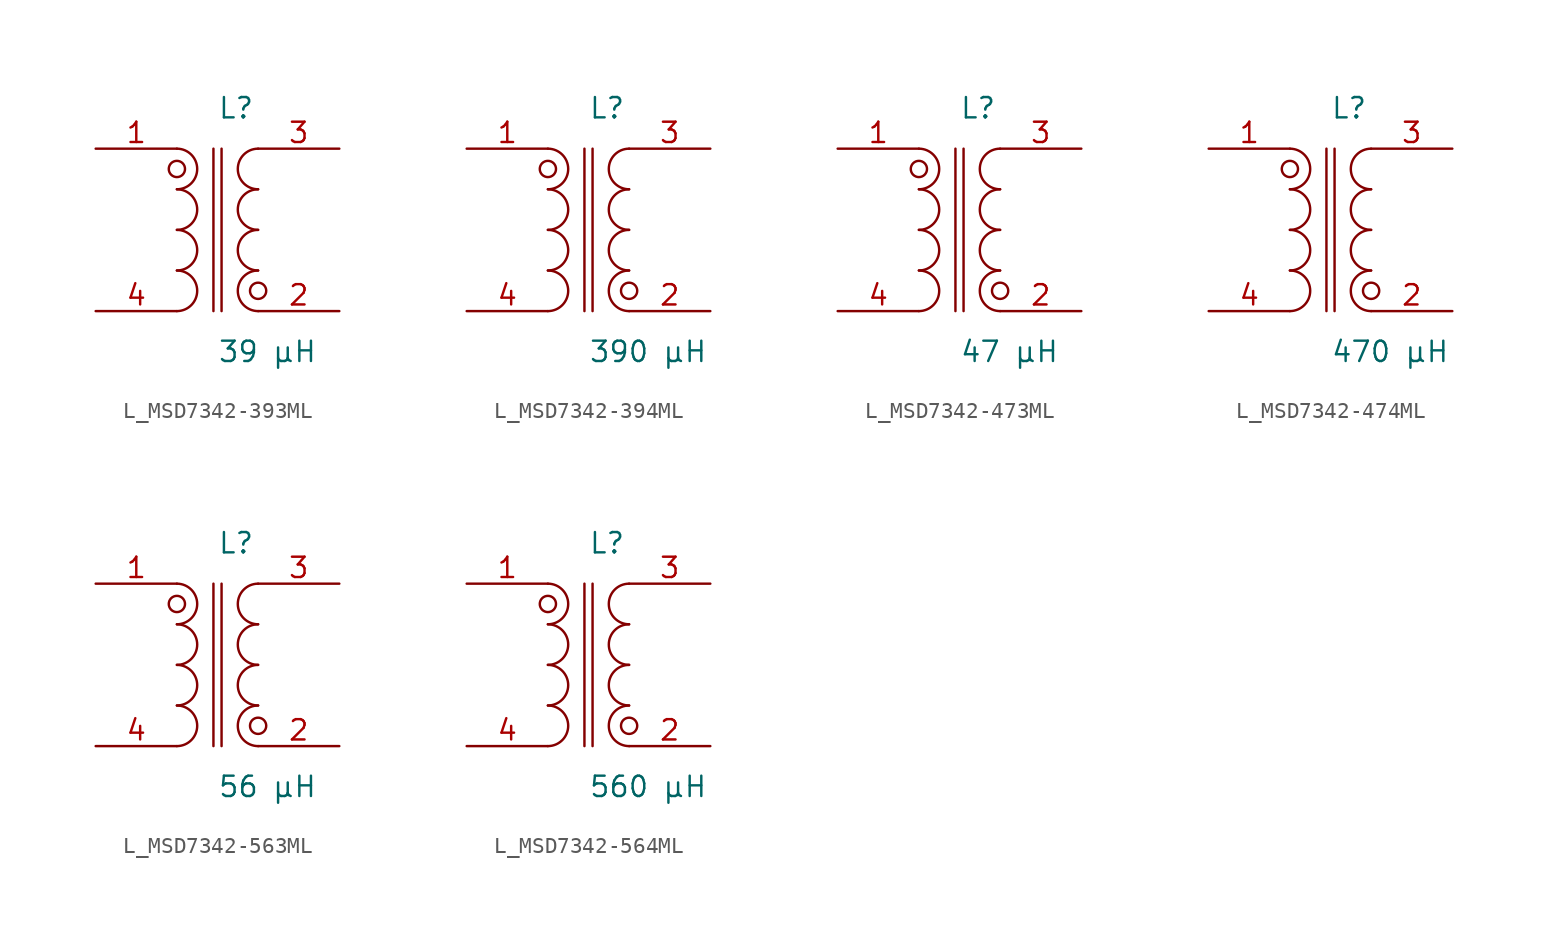
<source format=kicad_sym>
(kicad_symbol_lib
  (version 20231120)
  (generator kicad_symbol_editor)
  (generator_version 8.0)
  (symbol "L_MSD7342-393ML"
    (pin_names
      (offset 0.254))
    (property "Value" "39 µH"
      (at 0 -7.62 0)
      (effects (font (size 1.27 1.27)) (justify left)))
    (property "Reference" "L"
      (at 0 7.62 0)
      (effects (font (size 1.27 1.27)) (justify left)))
    (symbol "L_MSD7342-393ML_1_1"
      (arc (start -2.54 -5.08) (mid -1.27 -3.81) (end -2.54 -2.54) (stroke (width 0) (type default)) (fill (type none)))
      (arc (start -2.54 -2.54) (mid -1.27 -1.27) (end -2.54 0.0) (stroke (width 0) (type default)) (fill (type none)))
      (arc (start -2.54 0.0) (mid -1.27 1.27) (end -2.54 2.54) (stroke (width 0) (type default)) (fill (type none)))
      (arc (start -2.54 2.54) (mid -1.27 3.81) (end -2.54 5.08) (stroke (width 0) (type default)) (fill (type none)))
      (arc (start 2.54 5.08) (mid 1.27 3.81) (end 2.54 2.54) (stroke (width 0) (type default)) (fill (type none)))
      (arc (start 2.54 2.54) (mid 1.27 1.27) (end 2.54 0.0) (stroke (width 0) (type default)) (fill (type none)))
      (arc (start 2.54 0.0) (mid 1.27 -1.27) (end 2.54 -2.54) (stroke (width 0) (type default)) (fill (type none)))
      (arc (start 2.54 -2.54) (mid 1.27 -3.81) (end 2.54 -5.08) (stroke (width 0) (type default)) (fill (type none)))
      (circle (center -2.54 3.81) (radius 0.508) (stroke (width 0) (type default)) (fill (type none)))
      (circle (center 2.54 -3.81) (radius 0.508) (stroke (width 0) (type default)) (fill (type none)))
      (polyline (pts (xy -0.254 5.08) (xy -0.254 -5.08)) (stroke (width 0) (type default)) (fill (type none)))
      (polyline (pts (xy 0.254 5.08) (xy 0.254 -5.08)) (stroke (width 0) (type default)) (fill (type none)))
      (pin unspecified line (at -7.62 5.08 0) (length 5.08) (name "" (effects (font (size 1.27 1.27)))) (number "1" (effects (font (size 1.27 1.27)))))
      (pin unspecified line (at -7.62 -5.08 0) (length 5.08) (name "" (effects (font (size 1.27 1.27)))) (number "4" (effects (font (size 1.27 1.27)))))
      (pin unspecified line (at 7.62 5.08 180) (length 5.08) (name "" (effects (font (size 1.27 1.27)))) (number "3" (effects (font (size 1.27 1.27)))))
      (pin unspecified line (at 7.62 -5.08 180) (length 5.08) (name "" (effects (font (size 1.27 1.27)))) (number "2" (effects (font (size 1.27 1.27)))))))
  (symbol "L_MSD7342-394ML"
    (pin_names
      (offset 0.254))
    (property "Value" "390 µH"
      (at 0 -7.62 0)
      (effects (font (size 1.27 1.27)) (justify left)))
    (property "Reference" "L"
      (at 0 7.62 0)
      (effects (font (size 1.27 1.27)) (justify left)))
    (symbol "L_MSD7342-394ML_1_1"
      (arc (start -2.54 -5.08) (mid -1.27 -3.81) (end -2.54 -2.54) (stroke (width 0) (type default)) (fill (type none)))
      (arc (start -2.54 -2.54) (mid -1.27 -1.27) (end -2.54 0.0) (stroke (width 0) (type default)) (fill (type none)))
      (arc (start -2.54 0.0) (mid -1.27 1.27) (end -2.54 2.54) (stroke (width 0) (type default)) (fill (type none)))
      (arc (start -2.54 2.54) (mid -1.27 3.81) (end -2.54 5.08) (stroke (width 0) (type default)) (fill (type none)))
      (arc (start 2.54 5.08) (mid 1.27 3.81) (end 2.54 2.54) (stroke (width 0) (type default)) (fill (type none)))
      (arc (start 2.54 2.54) (mid 1.27 1.27) (end 2.54 0.0) (stroke (width 0) (type default)) (fill (type none)))
      (arc (start 2.54 0.0) (mid 1.27 -1.27) (end 2.54 -2.54) (stroke (width 0) (type default)) (fill (type none)))
      (arc (start 2.54 -2.54) (mid 1.27 -3.81) (end 2.54 -5.08) (stroke (width 0) (type default)) (fill (type none)))
      (circle (center -2.54 3.81) (radius 0.508) (stroke (width 0) (type default)) (fill (type none)))
      (circle (center 2.54 -3.81) (radius 0.508) (stroke (width 0) (type default)) (fill (type none)))
      (polyline (pts (xy -0.254 5.08) (xy -0.254 -5.08)) (stroke (width 0) (type default)) (fill (type none)))
      (polyline (pts (xy 0.254 5.08) (xy 0.254 -5.08)) (stroke (width 0) (type default)) (fill (type none)))
      (pin unspecified line (at -7.62 5.08 0) (length 5.08) (name "" (effects (font (size 1.27 1.27)))) (number "1" (effects (font (size 1.27 1.27)))))
      (pin unspecified line (at -7.62 -5.08 0) (length 5.08) (name "" (effects (font (size 1.27 1.27)))) (number "4" (effects (font (size 1.27 1.27)))))
      (pin unspecified line (at 7.62 5.08 180) (length 5.08) (name "" (effects (font (size 1.27 1.27)))) (number "3" (effects (font (size 1.27 1.27)))))
      (pin unspecified line (at 7.62 -5.08 180) (length 5.08) (name "" (effects (font (size 1.27 1.27)))) (number "2" (effects (font (size 1.27 1.27)))))))
  (symbol "L_MSD7342-473ML"
    (pin_names
      (offset 0.254))
    (property "Value" "47 µH"
      (at 0 -7.62 0)
      (effects (font (size 1.27 1.27)) (justify left)))
    (property "Reference" "L"
      (at 0 7.62 0)
      (effects (font (size 1.27 1.27)) (justify left)))
    (symbol "L_MSD7342-473ML_1_1"
      (arc (start -2.54 -5.08) (mid -1.27 -3.81) (end -2.54 -2.54) (stroke (width 0) (type default)) (fill (type none)))
      (arc (start -2.54 -2.54) (mid -1.27 -1.27) (end -2.54 0.0) (stroke (width 0) (type default)) (fill (type none)))
      (arc (start -2.54 0.0) (mid -1.27 1.27) (end -2.54 2.54) (stroke (width 0) (type default)) (fill (type none)))
      (arc (start -2.54 2.54) (mid -1.27 3.81) (end -2.54 5.08) (stroke (width 0) (type default)) (fill (type none)))
      (arc (start 2.54 5.08) (mid 1.27 3.81) (end 2.54 2.54) (stroke (width 0) (type default)) (fill (type none)))
      (arc (start 2.54 2.54) (mid 1.27 1.27) (end 2.54 0.0) (stroke (width 0) (type default)) (fill (type none)))
      (arc (start 2.54 0.0) (mid 1.27 -1.27) (end 2.54 -2.54) (stroke (width 0) (type default)) (fill (type none)))
      (arc (start 2.54 -2.54) (mid 1.27 -3.81) (end 2.54 -5.08) (stroke (width 0) (type default)) (fill (type none)))
      (circle (center -2.54 3.81) (radius 0.508) (stroke (width 0) (type default)) (fill (type none)))
      (circle (center 2.54 -3.81) (radius 0.508) (stroke (width 0) (type default)) (fill (type none)))
      (polyline (pts (xy -0.254 5.08) (xy -0.254 -5.08)) (stroke (width 0) (type default)) (fill (type none)))
      (polyline (pts (xy 0.254 5.08) (xy 0.254 -5.08)) (stroke (width 0) (type default)) (fill (type none)))
      (pin unspecified line (at -7.62 5.08 0) (length 5.08) (name "" (effects (font (size 1.27 1.27)))) (number "1" (effects (font (size 1.27 1.27)))))
      (pin unspecified line (at -7.62 -5.08 0) (length 5.08) (name "" (effects (font (size 1.27 1.27)))) (number "4" (effects (font (size 1.27 1.27)))))
      (pin unspecified line (at 7.62 5.08 180) (length 5.08) (name "" (effects (font (size 1.27 1.27)))) (number "3" (effects (font (size 1.27 1.27)))))
      (pin unspecified line (at 7.62 -5.08 180) (length 5.08) (name "" (effects (font (size 1.27 1.27)))) (number "2" (effects (font (size 1.27 1.27)))))))
  (symbol "L_MSD7342-474ML"
    (pin_names
      (offset 0.254))
    (property "Value" "470 µH"
      (at 0 -7.62 0)
      (effects (font (size 1.27 1.27)) (justify left)))
    (property "Reference" "L"
      (at 0 7.62 0)
      (effects (font (size 1.27 1.27)) (justify left)))
    (symbol "L_MSD7342-474ML_1_1"
      (arc (start -2.54 -5.08) (mid -1.27 -3.81) (end -2.54 -2.54) (stroke (width 0) (type default)) (fill (type none)))
      (arc (start -2.54 -2.54) (mid -1.27 -1.27) (end -2.54 0.0) (stroke (width 0) (type default)) (fill (type none)))
      (arc (start -2.54 0.0) (mid -1.27 1.27) (end -2.54 2.54) (stroke (width 0) (type default)) (fill (type none)))
      (arc (start -2.54 2.54) (mid -1.27 3.81) (end -2.54 5.08) (stroke (width 0) (type default)) (fill (type none)))
      (arc (start 2.54 5.08) (mid 1.27 3.81) (end 2.54 2.54) (stroke (width 0) (type default)) (fill (type none)))
      (arc (start 2.54 2.54) (mid 1.27 1.27) (end 2.54 0.0) (stroke (width 0) (type default)) (fill (type none)))
      (arc (start 2.54 0.0) (mid 1.27 -1.27) (end 2.54 -2.54) (stroke (width 0) (type default)) (fill (type none)))
      (arc (start 2.54 -2.54) (mid 1.27 -3.81) (end 2.54 -5.08) (stroke (width 0) (type default)) (fill (type none)))
      (circle (center -2.54 3.81) (radius 0.508) (stroke (width 0) (type default)) (fill (type none)))
      (circle (center 2.54 -3.81) (radius 0.508) (stroke (width 0) (type default)) (fill (type none)))
      (polyline (pts (xy -0.254 5.08) (xy -0.254 -5.08)) (stroke (width 0) (type default)) (fill (type none)))
      (polyline (pts (xy 0.254 5.08) (xy 0.254 -5.08)) (stroke (width 0) (type default)) (fill (type none)))
      (pin unspecified line (at -7.62 5.08 0) (length 5.08) (name "" (effects (font (size 1.27 1.27)))) (number "1" (effects (font (size 1.27 1.27)))))
      (pin unspecified line (at -7.62 -5.08 0) (length 5.08) (name "" (effects (font (size 1.27 1.27)))) (number "4" (effects (font (size 1.27 1.27)))))
      (pin unspecified line (at 7.62 5.08 180) (length 5.08) (name "" (effects (font (size 1.27 1.27)))) (number "3" (effects (font (size 1.27 1.27)))))
      (pin unspecified line (at 7.62 -5.08 180) (length 5.08) (name "" (effects (font (size 1.27 1.27)))) (number "2" (effects (font (size 1.27 1.27)))))))
  (symbol "L_MSD7342-563ML"
    (pin_names
      (offset 0.254))
    (property "Value" "56 µH"
      (at 0 -7.62 0)
      (effects (font (size 1.27 1.27)) (justify left)))
    (property "Reference" "L"
      (at 0 7.62 0)
      (effects (font (size 1.27 1.27)) (justify left)))
    (symbol "L_MSD7342-563ML_1_1"
      (arc (start -2.54 -5.08) (mid -1.27 -3.81) (end -2.54 -2.54) (stroke (width 0) (type default)) (fill (type none)))
      (arc (start -2.54 -2.54) (mid -1.27 -1.27) (end -2.54 0.0) (stroke (width 0) (type default)) (fill (type none)))
      (arc (start -2.54 0.0) (mid -1.27 1.27) (end -2.54 2.54) (stroke (width 0) (type default)) (fill (type none)))
      (arc (start -2.54 2.54) (mid -1.27 3.81) (end -2.54 5.08) (stroke (width 0) (type default)) (fill (type none)))
      (arc (start 2.54 5.08) (mid 1.27 3.81) (end 2.54 2.54) (stroke (width 0) (type default)) (fill (type none)))
      (arc (start 2.54 2.54) (mid 1.27 1.27) (end 2.54 0.0) (stroke (width 0) (type default)) (fill (type none)))
      (arc (start 2.54 0.0) (mid 1.27 -1.27) (end 2.54 -2.54) (stroke (width 0) (type default)) (fill (type none)))
      (arc (start 2.54 -2.54) (mid 1.27 -3.81) (end 2.54 -5.08) (stroke (width 0) (type default)) (fill (type none)))
      (circle (center -2.54 3.81) (radius 0.508) (stroke (width 0) (type default)) (fill (type none)))
      (circle (center 2.54 -3.81) (radius 0.508) (stroke (width 0) (type default)) (fill (type none)))
      (polyline (pts (xy -0.254 5.08) (xy -0.254 -5.08)) (stroke (width 0) (type default)) (fill (type none)))
      (polyline (pts (xy 0.254 5.08) (xy 0.254 -5.08)) (stroke (width 0) (type default)) (fill (type none)))
      (pin unspecified line (at -7.62 5.08 0) (length 5.08) (name "" (effects (font (size 1.27 1.27)))) (number "1" (effects (font (size 1.27 1.27)))))
      (pin unspecified line (at -7.62 -5.08 0) (length 5.08) (name "" (effects (font (size 1.27 1.27)))) (number "4" (effects (font (size 1.27 1.27)))))
      (pin unspecified line (at 7.62 5.08 180) (length 5.08) (name "" (effects (font (size 1.27 1.27)))) (number "3" (effects (font (size 1.27 1.27)))))
      (pin unspecified line (at 7.62 -5.08 180) (length 5.08) (name "" (effects (font (size 1.27 1.27)))) (number "2" (effects (font (size 1.27 1.27)))))))
  (symbol "L_MSD7342-564ML"
    (pin_names
      (offset 0.254))
    (property "Value" "560 µH"
      (at 0 -7.62 0)
      (effects (font (size 1.27 1.27)) (justify left)))
    (property "Reference" "L"
      (at 0 7.62 0)
      (effects (font (size 1.27 1.27)) (justify left)))
    (symbol "L_MSD7342-564ML_1_1"
      (arc (start -2.54 -5.08) (mid -1.27 -3.81) (end -2.54 -2.54) (stroke (width 0) (type default)) (fill (type none)))
      (arc (start -2.54 -2.54) (mid -1.27 -1.27) (end -2.54 0.0) (stroke (width 0) (type default)) (fill (type none)))
      (arc (start -2.54 0.0) (mid -1.27 1.27) (end -2.54 2.54) (stroke (width 0) (type default)) (fill (type none)))
      (arc (start -2.54 2.54) (mid -1.27 3.81) (end -2.54 5.08) (stroke (width 0) (type default)) (fill (type none)))
      (arc (start 2.54 5.08) (mid 1.27 3.81) (end 2.54 2.54) (stroke (width 0) (type default)) (fill (type none)))
      (arc (start 2.54 2.54) (mid 1.27 1.27) (end 2.54 0.0) (stroke (width 0) (type default)) (fill (type none)))
      (arc (start 2.54 0.0) (mid 1.27 -1.27) (end 2.54 -2.54) (stroke (width 0) (type default)) (fill (type none)))
      (arc (start 2.54 -2.54) (mid 1.27 -3.81) (end 2.54 -5.08) (stroke (width 0) (type default)) (fill (type none)))
      (circle (center -2.54 3.81) (radius 0.508) (stroke (width 0) (type default)) (fill (type none)))
      (circle (center 2.54 -3.81) (radius 0.508) (stroke (width 0) (type default)) (fill (type none)))
      (polyline (pts (xy -0.254 5.08) (xy -0.254 -5.08)) (stroke (width 0) (type default)) (fill (type none)))
      (polyline (pts (xy 0.254 5.08) (xy 0.254 -5.08)) (stroke (width 0) (type default)) (fill (type none)))
      (pin unspecified line (at -7.62 5.08 0) (length 5.08) (name "" (effects (font (size 1.27 1.27)))) (number "1" (effects (font (size 1.27 1.27)))))
      (pin unspecified line (at -7.62 -5.08 0) (length 5.08) (name "" (effects (font (size 1.27 1.27)))) (number "4" (effects (font (size 1.27 1.27)))))
      (pin unspecified line (at 7.62 5.08 180) (length 5.08) (name "" (effects (font (size 1.27 1.27)))) (number "3" (effects (font (size 1.27 1.27)))))
      (pin unspecified line (at 7.62 -5.08 180) (length 5.08) (name "" (effects (font (size 1.27 1.27)))) (number "2" (effects (font (size 1.27 1.27))))))))
</source>
